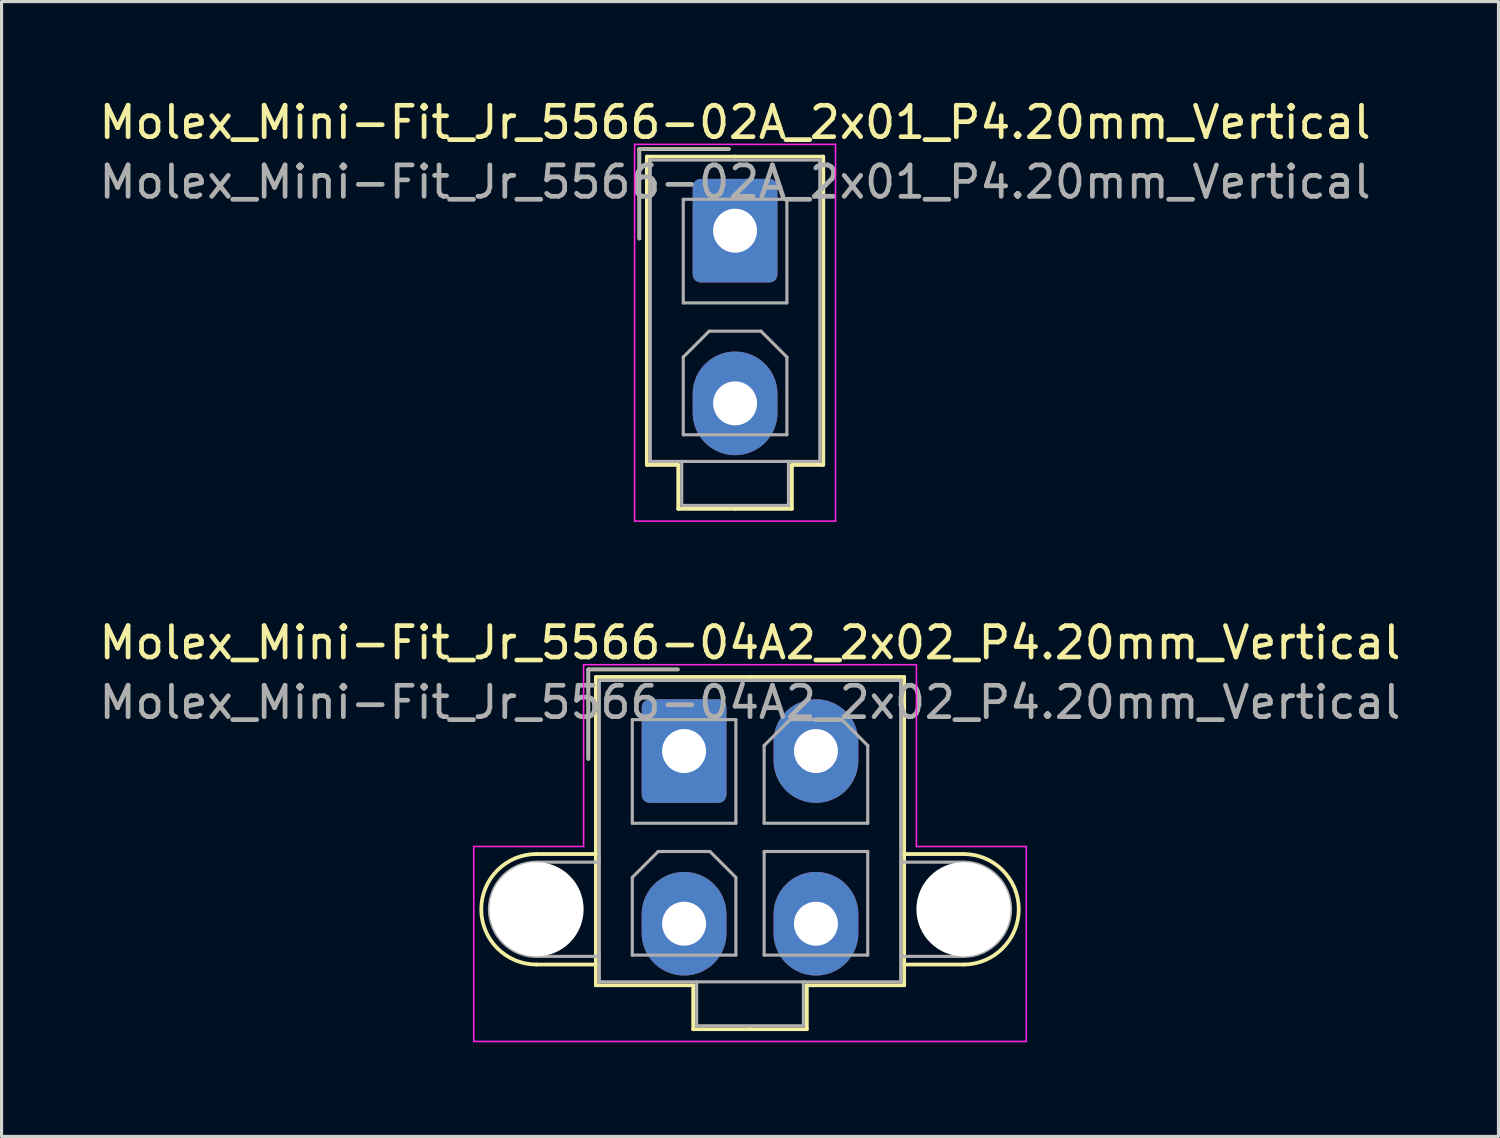
<source format=kicad_pcb>
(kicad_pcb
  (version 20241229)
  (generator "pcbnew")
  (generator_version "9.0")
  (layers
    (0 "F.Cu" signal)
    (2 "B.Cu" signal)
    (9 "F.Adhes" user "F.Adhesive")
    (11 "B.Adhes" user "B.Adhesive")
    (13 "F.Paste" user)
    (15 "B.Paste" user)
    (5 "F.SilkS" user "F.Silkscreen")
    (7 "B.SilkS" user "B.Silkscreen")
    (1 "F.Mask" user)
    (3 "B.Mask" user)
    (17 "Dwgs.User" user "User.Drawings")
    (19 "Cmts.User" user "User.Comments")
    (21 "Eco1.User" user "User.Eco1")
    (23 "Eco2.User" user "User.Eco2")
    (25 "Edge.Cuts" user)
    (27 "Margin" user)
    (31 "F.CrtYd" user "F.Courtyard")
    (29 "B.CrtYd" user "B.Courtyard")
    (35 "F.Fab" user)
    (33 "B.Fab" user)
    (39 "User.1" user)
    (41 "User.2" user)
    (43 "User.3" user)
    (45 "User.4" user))
  (footprint "Molex_Mini-Fit_Jr_5566-02A_2x01_P4.20mm_Vertical"
    (layer "F.Cu")
    (at 20.363 4.298)
    (property "Reference" "Molex_Mini-Fit_Jr_5566-02A_2x01_P4.20mm_Vertical" (at 0 -3.45 0) (layer "F.SilkS") (effects (font (size 1 1) (thickness 0.15))))
    (attr through_hole)
    (fp_line (start -3.05 -2.6) (end -3.05 0.25) (stroke (width 0.12) (type solid)) (layer "F.SilkS"))
    (fp_line (start -2.81 -2.36) (end -2.81 7.46) (stroke (width 0.12) (type solid)) (layer "F.SilkS"))
    (fp_line (start -2.81 7.46) (end -1.81 7.46) (stroke (width 0.12) (type solid)) (layer "F.SilkS"))
    (fp_line (start -1.81 7.46) (end -1.81 8.86) (stroke (width 0.12) (type solid)) (layer "F.SilkS"))
    (fp_line (start -1.81 8.86) (end 0 8.86) (stroke (width 0.12) (type solid)) (layer "F.SilkS"))
    (fp_line (start -0.2 -2.6) (end -3.05 -2.6) (stroke (width 0.12) (type solid)) (layer "F.SilkS"))
    (fp_line (start 0 -2.36) (end -2.81 -2.36) (stroke (width 0.12) (type solid)) (layer "F.SilkS"))
    (fp_line (start 0 -2.36) (end 2.81 -2.36) (stroke (width 0.12) (type solid)) (layer "F.SilkS"))
    (fp_line (start 1.81 7.46) (end 1.81 8.86) (stroke (width 0.12) (type solid)) (layer "F.SilkS"))
    (fp_line (start 1.81 8.86) (end 0 8.86) (stroke (width 0.12) (type solid)) (layer "F.SilkS"))
    (fp_line (start 2.81 -2.36) (end 2.81 7.46) (stroke (width 0.12) (type solid)) (layer "F.SilkS"))
    (fp_line (start 2.81 7.46) (end 1.81 7.46) (stroke (width 0.12) (type solid)) (layer "F.SilkS"))
    (fp_line (start -3.2 -2.75) (end -3.2 9.25) (stroke (width 0.05) (type solid)) (layer "F.CrtYd"))
    (fp_line (start -3.2 9.25) (end 3.2 9.25) (stroke (width 0.05) (type solid)) (layer "F.CrtYd"))
    (fp_line (start 3.2 -2.75) (end -3.2 -2.75) (stroke (width 0.05) (type solid)) (layer "F.CrtYd"))
    (fp_line (start 3.2 9.25) (end 3.2 -2.75) (stroke (width 0.05) (type solid)) (layer "F.CrtYd"))
    (fp_line (start -3.05 -2.6) (end -3.05 0.25) (stroke (width 0.1) (type solid)) (layer "F.Fab"))
    (fp_line (start -2.7 -2.25) (end -2.7 7.35) (stroke (width 0.1) (type solid)) (layer "F.Fab"))
    (fp_line (start -2.7 7.35) (end 2.7 7.35) (stroke (width 0.1) (type solid)) (layer "F.Fab"))
    (fp_line (start -1.7 7.35) (end -1.7 8.75) (stroke (width 0.1) (type solid)) (layer "F.Fab"))
    (fp_line (start -1.7 8.75) (end 1.7 8.75) (stroke (width 0.1) (type solid)) (layer "F.Fab"))
    (fp_line (start -1.65 -1) (end -1.65 2.3) (stroke (width 0.1) (type solid)) (layer "F.Fab"))
    (fp_line (start -1.65 2.3) (end 1.65 2.3) (stroke (width 0.1) (type solid)) (layer "F.Fab"))
    (fp_line (start -1.65 4.025) (end -0.825 3.2) (stroke (width 0.1) (type solid)) (layer "F.Fab"))
    (fp_line (start -1.65 6.5) (end -1.65 4.025) (stroke (width 0.1) (type solid)) (layer "F.Fab"))
    (fp_line (start -0.825 3.2) (end 0.825 3.2) (stroke (width 0.1) (type solid)) (layer "F.Fab"))
    (fp_line (start -0.2 -2.6) (end -3.05 -2.6) (stroke (width 0.1) (type solid)) (layer "F.Fab"))
    (fp_line (start 0.825 3.2) (end 1.65 4.025) (stroke (width 0.1) (type solid)) (layer "F.Fab"))
    (fp_line (start 1.65 -1) (end -1.65 -1) (stroke (width 0.1) (type solid)) (layer "F.Fab"))
    (fp_line (start 1.65 2.3) (end 1.65 -1) (stroke (width 0.1) (type solid)) (layer "F.Fab"))
    (fp_line (start 1.65 4.025) (end 1.65 6.5) (stroke (width 0.1) (type solid)) (layer "F.Fab"))
    (fp_line (start 1.65 6.5) (end -1.65 6.5) (stroke (width 0.1) (type solid)) (layer "F.Fab"))
    (fp_line (start 1.7 8.75) (end 1.7 7.35) (stroke (width 0.1) (type solid)) (layer "F.Fab"))
    (fp_line (start 2.7 -2.25) (end -2.7 -2.25) (stroke (width 0.1) (type solid)) (layer "F.Fab"))
    (fp_line (start 2.7 7.35) (end 2.7 -2.25) (stroke (width 0.1) (type solid)) (layer "F.Fab"))
    (fp_text user "${REFERENCE}" (at 0 -1.55 0) (layer "F.Fab") (effects (font (size 1 1) (thickness 0.15))))
    (pad "1" thru_hole roundrect (at 0 0) (size 2.7 3.3) (drill 1.4) (layers "*.Cu" "*.Mask") (roundrect_rratio 0.093))
    (pad "2" thru_hole oval (at 0 5.5) (size 2.7 3.3) (drill 1.4) (layers "*.Cu" "*.Mask")))
  (footprint "Molex_Mini-Fit_Jr_5566-04A2_2x02_P4.20mm_Vertical"
    (layer "F.Cu")
    (at 18.739 20.872)
    (property "Reference" "Molex_Mini-Fit_Jr_5566-04A2_2x02_P4.20mm_Vertical" (at 2.1 -3.45 0) (layer "F.SilkS") (effects (font (size 1 1) (thickness 0.15))))
    (attr through_hole)
    (fp_line (start -4.7 3.28) (end -2.81 3.28) (stroke (width 0.12) (type solid)) (layer "F.SilkS"))
    (fp_line (start -4.7 6.8) (end -2.81 6.8) (stroke (width 0.12) (type solid)) (layer "F.SilkS"))
    (fp_line (start -3.05 -2.6) (end -3.05 0.25) (stroke (width 0.12) (type solid)) (layer "F.SilkS"))
    (fp_line (start -2.81 -2.36) (end -2.81 7.46) (stroke (width 0.12) (type solid)) (layer "F.SilkS"))
    (fp_line (start -2.81 7.46) (end 0.29 7.46) (stroke (width 0.12) (type solid)) (layer "F.SilkS"))
    (fp_line (start -0.2 -2.6) (end -3.05 -2.6) (stroke (width 0.12) (type solid)) (layer "F.SilkS"))
    (fp_line (start 0.29 7.46) (end 0.29 8.86) (stroke (width 0.12) (type solid)) (layer "F.SilkS"))
    (fp_line (start 0.29 8.86) (end 2.1 8.86) (stroke (width 0.12) (type solid)) (layer "F.SilkS"))
    (fp_line (start 2.1 -2.36) (end -2.81 -2.36) (stroke (width 0.12) (type solid)) (layer "F.SilkS"))
    (fp_line (start 2.1 -2.36) (end 7.01 -2.36) (stroke (width 0.12) (type solid)) (layer "F.SilkS"))
    (fp_line (start 3.91 7.46) (end 3.91 8.86) (stroke (width 0.12) (type solid)) (layer "F.SilkS"))
    (fp_line (start 3.91 8.86) (end 2.1 8.86) (stroke (width 0.12) (type solid)) (layer "F.SilkS"))
    (fp_line (start 7.01 -2.36) (end 7.01 7.46) (stroke (width 0.12) (type solid)) (layer "F.SilkS"))
    (fp_line (start 7.01 7.46) (end 3.91 7.46) (stroke (width 0.12) (type solid)) (layer "F.SilkS"))
    (fp_line (start 8.9 3.28) (end 7.01 3.28) (stroke (width 0.12) (type solid)) (layer "F.SilkS"))
    (fp_line (start 8.9 6.8) (end 7.01 6.8) (stroke (width 0.12) (type solid)) (layer "F.SilkS"))
    (fp_arc (start -4.7 6.8) (mid -6.46 5.04) (end -4.7 3.28) (stroke (width 0.12) (type solid)) (layer "F.SilkS"))
    (fp_arc (start 8.9 3.28) (mid 10.66 5.04) (end 8.9 6.8) (stroke (width 0.12) (type solid)) (layer "F.SilkS"))
    (fp_line (start -6.7 3.04) (end -6.7 9.25) (stroke (width 0.05) (type solid)) (layer "F.CrtYd"))
    (fp_line (start -6.7 9.25) (end 10.9 9.25) (stroke (width 0.05) (type solid)) (layer "F.CrtYd"))
    (fp_line (start -3.2 -2.75) (end -3.2 3.04) (stroke (width 0.05) (type solid)) (layer "F.CrtYd"))
    (fp_line (start -3.2 3.04) (end -6.7 3.04) (stroke (width 0.05) (type solid)) (layer "F.CrtYd"))
    (fp_line (start 7.4 -2.75) (end -3.2 -2.75) (stroke (width 0.05) (type solid)) (layer "F.CrtYd"))
    (fp_line (start 7.4 3.04) (end 7.4 -2.75) (stroke (width 0.05) (type solid)) (layer "F.CrtYd"))
    (fp_line (start 10.9 3.04) (end 7.4 3.04) (stroke (width 0.05) (type solid)) (layer "F.CrtYd"))
    (fp_line (start 10.9 9.25) (end 10.9 3.04) (stroke (width 0.05) (type solid)) (layer "F.CrtYd"))
    (fp_line (start -4.7 3.54) (end -2.7 3.54) (stroke (width 0.1) (type solid)) (layer "F.Fab"))
    (fp_line (start -4.7 6.54) (end -2.7 6.54) (stroke (width 0.1) (type solid)) (layer "F.Fab"))
    (fp_line (start -3.05 -2.6) (end -3.05 0.25) (stroke (width 0.1) (type solid)) (layer "F.Fab"))
    (fp_line (start -2.7 -2.25) (end -2.7 7.35) (stroke (width 0.1) (type solid)) (layer "F.Fab"))
    (fp_line (start -2.7 7.35) (end 6.9 7.35) (stroke (width 0.1) (type solid)) (layer "F.Fab"))
    (fp_line (start -1.65 -1) (end -1.65 2.3) (stroke (width 0.1) (type solid)) (layer "F.Fab"))
    (fp_line (start -1.65 2.3) (end 1.65 2.3) (stroke (width 0.1) (type solid)) (layer "F.Fab"))
    (fp_line (start -1.65 4.025) (end -0.825 3.2) (stroke (width 0.1) (type solid)) (layer "F.Fab"))
    (fp_line (start -1.65 6.5) (end -1.65 4.025) (stroke (width 0.1) (type solid)) (layer "F.Fab"))
    (fp_line (start -0.825 3.2) (end 0.825 3.2) (stroke (width 0.1) (type solid)) (layer "F.Fab"))
    (fp_line (start -0.2 -2.6) (end -3.05 -2.6) (stroke (width 0.1) (type solid)) (layer "F.Fab"))
    (fp_line (start 0.4 7.35) (end 0.4 8.75) (stroke (width 0.1) (type solid)) (layer "F.Fab"))
    (fp_line (start 0.4 8.75) (end 3.8 8.75) (stroke (width 0.1) (type solid)) (layer "F.Fab"))
    (fp_line (start 0.825 3.2) (end 1.65 4.025) (stroke (width 0.1) (type solid)) (layer "F.Fab"))
    (fp_line (start 1.65 -1) (end -1.65 -1) (stroke (width 0.1) (type solid)) (layer "F.Fab"))
    (fp_line (start 1.65 2.3) (end 1.65 -1) (stroke (width 0.1) (type solid)) (layer "F.Fab"))
    (fp_line (start 1.65 4.025) (end 1.65 6.5) (stroke (width 0.1) (type solid)) (layer "F.Fab"))
    (fp_line (start 1.65 6.5) (end -1.65 6.5) (stroke (width 0.1) (type solid)) (layer "F.Fab"))
    (fp_line (start 2.55 -0.175) (end 3.375 -1) (stroke (width 0.1) (type solid)) (layer "F.Fab"))
    (fp_line (start 2.55 2.3) (end 2.55 -0.175) (stroke (width 0.1) (type solid)) (layer "F.Fab"))
    (fp_line (start 2.55 3.2) (end 2.55 6.5) (stroke (width 0.1) (type solid)) (layer "F.Fab"))
    (fp_line (start 2.55 6.5) (end 5.85 6.5) (stroke (width 0.1) (type solid)) (layer "F.Fab"))
    (fp_line (start 3.375 -1) (end 5.025 -1) (stroke (width 0.1) (type solid)) (layer "F.Fab"))
    (fp_line (start 3.8 8.75) (end 3.8 7.35) (stroke (width 0.1) (type solid)) (layer "F.Fab"))
    (fp_line (start 5.025 -1) (end 5.85 -0.175) (stroke (width 0.1) (type solid)) (layer "F.Fab"))
    (fp_line (start 5.85 -0.175) (end 5.85 2.3) (stroke (width 0.1) (type solid)) (layer "F.Fab"))
    (fp_line (start 5.85 2.3) (end 2.55 2.3) (stroke (width 0.1) (type solid)) (layer "F.Fab"))
    (fp_line (start 5.85 3.2) (end 2.55 3.2) (stroke (width 0.1) (type solid)) (layer "F.Fab"))
    (fp_line (start 5.85 6.5) (end 5.85 3.2) (stroke (width 0.1) (type solid)) (layer "F.Fab"))
    (fp_line (start 6.9 -2.25) (end -2.7 -2.25) (stroke (width 0.1) (type solid)) (layer "F.Fab"))
    (fp_line (start 6.9 7.35) (end 6.9 -2.25) (stroke (width 0.1) (type solid)) (layer "F.Fab"))
    (fp_line (start 8.9 3.54) (end 6.9 3.54) (stroke (width 0.1) (type solid)) (layer "F.Fab"))
    (fp_line (start 8.9 6.54) (end 6.9 6.54) (stroke (width 0.1) (type solid)) (layer "F.Fab"))
    (fp_arc (start -4.7 6.54) (mid -6.2 5.04) (end -4.7 3.54) (stroke (width 0.1) (type solid)) (layer "F.Fab"))
    (fp_arc (start 8.9 3.54) (mid 10.4 5.04) (end 8.9 6.54) (stroke (width 0.1) (type solid)) (layer "F.Fab"))
    (fp_text user "${REFERENCE}" (at 2.1 -1.55 0) (layer "F.Fab") (effects (font (size 1 1) (thickness 0.15))))
    (pad "" np_thru_hole circle (at -4.7 5.04) (size 3 3) (drill 3) (layers "*.Cu" "*.Mask"))
    (pad "" np_thru_hole circle (at 8.9 5.04) (size 3 3) (drill 3) (layers "*.Cu" "*.Mask"))
    (pad "1" thru_hole roundrect (at 0 0) (size 2.7 3.3) (drill 1.4) (layers "*.Cu" "*.Mask") (roundrect_rratio 0.093))
    (pad "2" thru_hole oval (at 4.2 0) (size 2.7 3.3) (drill 1.4) (layers "*.Cu" "*.Mask"))
    (pad "3" thru_hole oval (at 0 5.5) (size 2.7 3.3) (drill 1.4) (layers "*.Cu" "*.Mask"))
    (pad "4" thru_hole oval (at 4.2 5.5) (size 2.7 3.3) (drill 1.4) (layers "*.Cu" "*.Mask")))
  (gr_rect
    (start -3 -3)
    (end 44.679 33.147)
    (stroke (width 0.1) (type default))
    (fill no)
    (layer "Edge.Cuts")))
</source>
